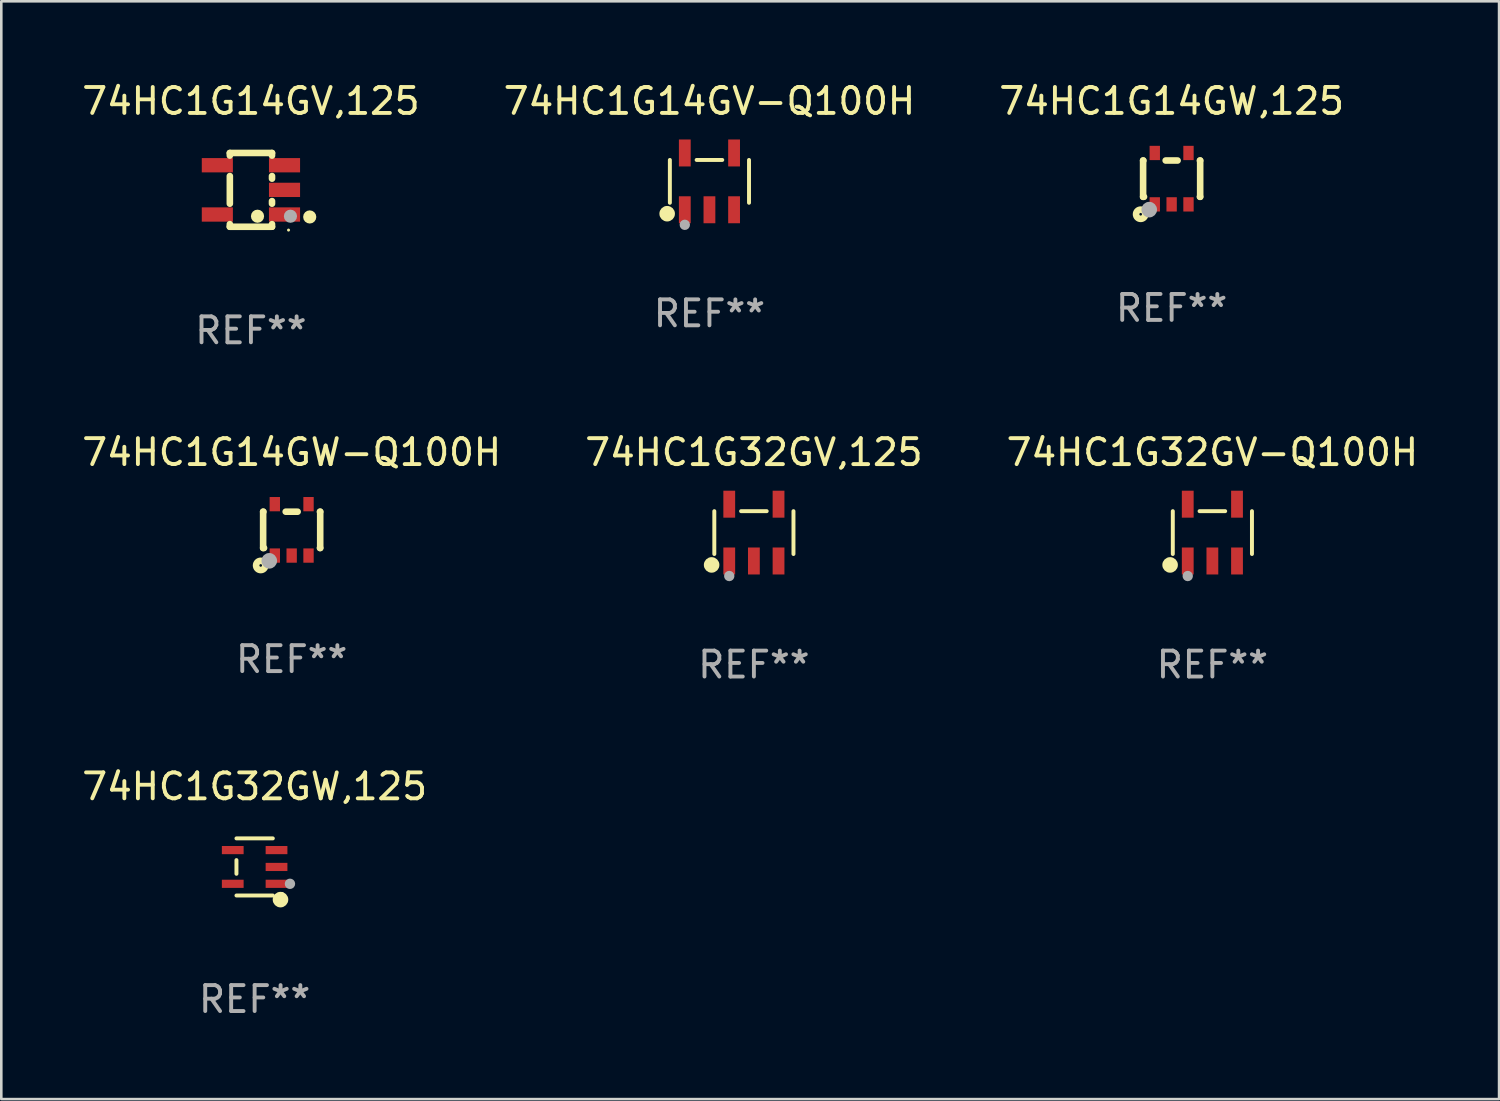
<source format=kicad_pcb>
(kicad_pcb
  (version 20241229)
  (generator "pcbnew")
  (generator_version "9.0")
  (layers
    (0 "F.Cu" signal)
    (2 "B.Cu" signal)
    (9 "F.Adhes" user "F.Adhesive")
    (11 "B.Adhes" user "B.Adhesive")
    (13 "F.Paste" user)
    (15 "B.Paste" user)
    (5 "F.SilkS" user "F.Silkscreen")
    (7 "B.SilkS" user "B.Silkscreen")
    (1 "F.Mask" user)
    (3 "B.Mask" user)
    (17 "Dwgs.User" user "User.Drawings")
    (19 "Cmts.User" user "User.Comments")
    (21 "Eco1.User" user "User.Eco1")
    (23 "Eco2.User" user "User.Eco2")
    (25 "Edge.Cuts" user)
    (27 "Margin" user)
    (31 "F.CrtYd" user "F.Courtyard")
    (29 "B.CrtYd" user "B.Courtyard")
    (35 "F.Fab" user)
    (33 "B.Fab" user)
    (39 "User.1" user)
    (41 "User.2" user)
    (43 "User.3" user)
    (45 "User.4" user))
  (footprint "74HC1G14GW-Q100H"
    (layer "F.Cu")
    (at 8.196 17.38)
    (property "Reference" "74HC1G14GW-Q100H" (at 0 -2.991 0) (layer "F.SilkS") (effects (font (size 1 1) (thickness 0.15))))
    (attr through_hole)
    (fp_line (start -1.1 -0.7) (end -1.1 0.7) (stroke (width 0.254) (type solid)) (layer "F.SilkS"))
    (fp_line (start -1.1 -0.7) (end -1.09 -0.7) (stroke (width 0.254) (type solid)) (layer "F.SilkS"))
    (fp_line (start -1.1 0.7) (end -1.065 0.7) (stroke (width 0.254) (type solid)) (layer "F.SilkS"))
    (fp_line (start -0.23 -0.7) (end 0.23 -0.7) (stroke (width 0.254) (type solid)) (layer "F.SilkS"))
    (fp_line (start 1.09 -0.7) (end 1.1 -0.7) (stroke (width 0.254) (type solid)) (layer "F.SilkS"))
    (fp_line (start 1.09 0.7) (end 1.1 0.7) (stroke (width 0.254) (type solid)) (layer "F.SilkS"))
    (fp_line (start 1.1 -0.7) (end 1.1 0.7) (stroke (width 0.254) (type solid)) (layer "F.SilkS"))
    (fp_circle (center -1.194 1.372) (end -1.143 1.372) (stroke (width 0.254) (type solid)) (fill no) (layer "F.SilkS"))
    (fp_circle (center -1.05 1.063) (end -1.02 1.063) (stroke (width 0.06) (type solid)) (fill no) (layer "F.SilkS"))
    (fp_circle (center -0.864 1.194) (end -0.713 1.194) (stroke (width 0.3) (type solid)) (fill no) (layer "F.Fab"))
    (fp_text user "REF**" (at 0 4.991 0) (layer "F.Fab") (effects (font (size 1 1) (thickness 0.15))))
    (pad "1" smd rect (at -0.65 0.991 180) (size 0.399 0.551) (layers "F.Cu" "F.Mask" "F.Paste"))
    (pad "2" smd rect (at 0 0.991 180) (size 0.399 0.551) (layers "F.Cu" "F.Mask" "F.Paste"))
    (pad "3" smd rect (at 0.65 0.991 180) (size 0.399 0.551) (layers "F.Cu" "F.Mask" "F.Paste"))
    (pad "4" smd rect (at 0.65 -0.991 180) (size 0.399 0.551) (layers "F.Cu" "F.Mask" "F.Paste"))
    (pad "5" smd rect (at -0.65 -0.991 180) (size 0.399 0.551) (layers "F.Cu" "F.Mask" "F.Paste")))
  (footprint "74HC1G14GW,125"
    (layer "F.Cu")
    (at 42.125 3.839)
    (property "Reference" "74HC1G14GW,125" (at 0 -2.991 0) (layer "F.SilkS") (effects (font (size 1 1) (thickness 0.15))))
    (attr through_hole)
    (fp_line (start -1.1 -0.7) (end -1.1 0.7) (stroke (width 0.254) (type solid)) (layer "F.SilkS"))
    (fp_line (start -1.1 -0.7) (end -1.09 -0.7) (stroke (width 0.254) (type solid)) (layer "F.SilkS"))
    (fp_line (start -1.1 0.7) (end -1.065 0.7) (stroke (width 0.254) (type solid)) (layer "F.SilkS"))
    (fp_line (start -0.23 -0.7) (end 0.23 -0.7) (stroke (width 0.254) (type solid)) (layer "F.SilkS"))
    (fp_line (start 1.09 -0.7) (end 1.1 -0.7) (stroke (width 0.254) (type solid)) (layer "F.SilkS"))
    (fp_line (start 1.09 0.7) (end 1.1 0.7) (stroke (width 0.254) (type solid)) (layer "F.SilkS"))
    (fp_line (start 1.1 -0.7) (end 1.1 0.7) (stroke (width 0.254) (type solid)) (layer "F.SilkS"))
    (fp_circle (center -1.194 1.372) (end -1.143 1.372) (stroke (width 0.254) (type solid)) (fill no) (layer "F.SilkS"))
    (fp_circle (center -1.05 1.063) (end -1.02 1.063) (stroke (width 0.06) (type solid)) (fill no) (layer "F.SilkS"))
    (fp_circle (center -0.864 1.194) (end -0.713 1.194) (stroke (width 0.3) (type solid)) (fill no) (layer "F.Fab"))
    (fp_text user "REF**" (at 0 4.991 0) (layer "F.Fab") (effects (font (size 1 1) (thickness 0.15))))
    (pad "1" smd rect (at -0.65 0.991 180) (size 0.399 0.551) (layers "F.Cu" "F.Mask" "F.Paste"))
    (pad "2" smd rect (at 0 0.991 180) (size 0.399 0.551) (layers "F.Cu" "F.Mask" "F.Paste"))
    (pad "3" smd rect (at 0.65 0.991 180) (size 0.399 0.551) (layers "F.Cu" "F.Mask" "F.Paste"))
    (pad "4" smd rect (at 0.65 -0.991 180) (size 0.399 0.551) (layers "F.Cu" "F.Mask" "F.Paste"))
    (pad "5" smd rect (at -0.65 -0.991 180) (size 0.399 0.551) (layers "F.Cu" "F.Mask" "F.Paste")))
  (footprint "74HC1G32GW,125"
    (layer "F.Cu")
    (at 6.768 30.377)
    (property "Reference" "74HC1G32GW,125" (at 0 -3.101 0) (layer "F.SilkS") (effects (font (size 1 1) (thickness 0.15))))
    (attr through_hole)
    (fp_line (start -0.701 -0.264) (end -0.701 0.264) (stroke (width 0.152) (type solid)) (layer "F.SilkS"))
    (fp_line (start 0.701 -1.101) (end -0.701 -1.101) (stroke (width 0.152) (type solid)) (layer "F.SilkS"))
    (fp_line (start 0.701 1.101) (end -0.701 1.101) (stroke (width 0.152) (type solid)) (layer "F.SilkS"))
    (fp_circle (center 0.997 1.26) (end 1.147 1.26) (stroke (width 0.3) (type solid)) (fill no) (layer "F.SilkS"))
    (fp_circle (center 1.063 1.025) (end 1.093 1.025) (stroke (width 0.06) (type solid)) (fill no) (layer "F.SilkS"))
    (fp_circle (center 1.362 0.65) (end 1.463 0.65) (stroke (width 0.2) (type solid)) (fill no) (layer "F.Fab"))
    (fp_text user "REF**" (at 0 5.101 0) (layer "F.Fab") (effects (font (size 1 1) (thickness 0.15))))
    (pad "1" smd rect (at 0.844 0.65) (size 0.839 0.315) (layers "F.Cu" "F.Mask" "F.Paste"))
    (pad "2" smd rect (at 0.844 0) (size 0.839 0.315) (layers "F.Cu" "F.Mask" "F.Paste"))
    (pad "3" smd rect (at 0.844 -0.65) (size 0.839 0.315) (layers "F.Cu" "F.Mask" "F.Paste"))
    (pad "4" smd rect (at -0.844 -0.65) (size 0.839 0.315) (layers "F.Cu" "F.Mask" "F.Paste"))
    (pad "5" smd rect (at -0.844 0.65) (size 0.839 0.315) (layers "F.Cu" "F.Mask" "F.Paste")))
  (footprint "74HC1G14GV,125"
    (layer "F.Cu")
    (at 6.625 4.271)
    (property "Reference" "74HC1G14GV,125" (at 0 -3.422 0) (layer "F.SilkS") (effects (font (size 1 1) (thickness 0.15))))
    (attr through_hole)
    (fp_line (start -0.813 -1.422) (end 0.813 -1.422) (stroke (width 0.254) (type solid)) (layer "F.SilkS"))
    (fp_line (start -0.813 -1.321) (end -0.813 -1.422) (stroke (width 0.254) (type solid)) (layer "F.SilkS"))
    (fp_line (start -0.813 0.533) (end -0.813 -0.533) (stroke (width 0.254) (type solid)) (layer "F.SilkS"))
    (fp_line (start -0.813 1.422) (end -0.813 1.321) (stroke (width 0.254) (type solid)) (layer "F.SilkS"))
    (fp_line (start 0.813 -1.422) (end 0.813 -1.321) (stroke (width 0.254) (type solid)) (layer "F.SilkS"))
    (fp_line (start 0.813 -0.533) (end 0.813 -0.432) (stroke (width 0.254) (type solid)) (layer "F.SilkS"))
    (fp_line (start 0.813 0.432) (end 0.813 0.533) (stroke (width 0.254) (type solid)) (layer "F.SilkS"))
    (fp_line (start 0.813 1.321) (end 0.813 1.422) (stroke (width 0.254) (type solid)) (layer "F.SilkS"))
    (fp_line (start 0.813 1.422) (end -0.813 1.422) (stroke (width 0.254) (type solid)) (layer "F.SilkS"))
    (fp_circle (center 0.254 1.016) (end 0.381 1.016) (stroke (width 0.254) (type solid)) (fill no) (layer "F.SilkS"))
    (fp_circle (center 1.45 1.55) (end 1.48 1.55) (stroke (width 0.06) (type solid)) (fill no) (layer "F.SilkS"))
    (fp_circle (center 2.267 1.044) (end 2.394 1.044) (stroke (width 0.254) (type solid)) (fill no) (layer "F.SilkS"))
    (fp_circle (center 1.524 1.016) (end 1.651 1.016) (stroke (width 0.254) (type solid)) (fill no) (layer "F.Fab"))
    (fp_text user "REF**" (at 0 5.422 0) (layer "F.Fab") (effects (font (size 1 1) (thickness 0.15))))
    (pad "1" smd rect (at 1.295 0.95 90) (size 0.551 1.199) (layers "F.Cu" "F.Mask" "F.Paste"))
    (pad "2" smd rect (at 1.295 0 90) (size 0.551 1.199) (layers "F.Cu" "F.Mask" "F.Paste"))
    (pad "3" smd rect (at 1.295 -0.95 90) (size 0.551 1.199) (layers "F.Cu" "F.Mask" "F.Paste"))
    (pad "4" smd rect (at -1.295 -0.95 90) (size 0.551 1.199) (layers "F.Cu" "F.Mask" "F.Paste"))
    (pad "5" smd rect (at -1.295 0.95 90) (size 0.551 1.199) (layers "F.Cu" "F.Mask" "F.Paste")))
  (footprint "74HC1G14GV-Q100H"
    (layer "F.Cu")
    (at 24.304 3.943)
    (property "Reference" "74HC1G14GV-Q100H" (at 0 -3.095 0) (layer "F.SilkS") (effects (font (size 1 1) (thickness 0.15))))
    (attr through_hole)
    (fp_line (start -1.526 0.826) (end -1.526 -0.826) (stroke (width 0.152) (type solid)) (layer "F.SilkS"))
    (fp_line (start 0.494 -0.826) (end -0.494 -0.826) (stroke (width 0.152) (type solid)) (layer "F.SilkS"))
    (fp_line (start 1.526 0.826) (end 1.526 -0.826) (stroke (width 0.152) (type solid)) (layer "F.SilkS"))
    (fp_circle (center -1.63 1.247) (end -1.48 1.247) (stroke (width 0.3) (type solid)) (fill no) (layer "F.SilkS"))
    (fp_circle (center -1.45 1.375) (end -1.42 1.375) (stroke (width 0.06) (type solid)) (fill no) (layer "F.SilkS"))
    (fp_circle (center -0.95 1.675) (end -0.85 1.675) (stroke (width 0.2) (type solid)) (fill no) (layer "F.Fab"))
    (fp_text user "REF**" (at 0 5.095 0) (layer "F.Fab") (effects (font (size 1 1) (thickness 0.15))))
    (pad "1" smd rect (at -0.95 1.095) (size 0.455 1.04) (layers "F.Cu" "F.Mask" "F.Paste"))
    (pad "2" smd rect (at 0 1.095) (size 0.455 1.04) (layers "F.Cu" "F.Mask" "F.Paste"))
    (pad "3" smd rect (at 0.95 1.095) (size 0.455 1.04) (layers "F.Cu" "F.Mask" "F.Paste"))
    (pad "4" smd rect (at 0.95 -1.095) (size 0.455 1.04) (layers "F.Cu" "F.Mask" "F.Paste"))
    (pad "5" smd rect (at -0.95 -1.095) (size 0.455 1.04) (layers "F.Cu" "F.Mask" "F.Paste")))
  (footprint "74HC1G32GV,125"
    (layer "F.Cu")
    (at 26.018 17.485)
    (property "Reference" "74HC1G32GV,125" (at 0 -3.095 0) (layer "F.SilkS") (effects (font (size 1 1) (thickness 0.15))))
    (attr through_hole)
    (fp_line (start -1.526 0.826) (end -1.526 -0.826) (stroke (width 0.152) (type solid)) (layer "F.SilkS"))
    (fp_line (start 0.494 -0.826) (end -0.494 -0.826) (stroke (width 0.152) (type solid)) (layer "F.SilkS"))
    (fp_line (start 1.526 0.826) (end 1.526 -0.826) (stroke (width 0.152) (type solid)) (layer "F.SilkS"))
    (fp_circle (center -1.63 1.247) (end -1.48 1.247) (stroke (width 0.3) (type solid)) (fill no) (layer "F.SilkS"))
    (fp_circle (center -1.45 1.375) (end -1.42 1.375) (stroke (width 0.06) (type solid)) (fill no) (layer "F.SilkS"))
    (fp_circle (center -0.95 1.675) (end -0.85 1.675) (stroke (width 0.2) (type solid)) (fill no) (layer "F.Fab"))
    (fp_text user "REF**" (at 0 5.095 0) (layer "F.Fab") (effects (font (size 1 1) (thickness 0.15))))
    (pad "1" smd rect (at -0.95 1.095) (size 0.455 1.04) (layers "F.Cu" "F.Mask" "F.Paste"))
    (pad "2" smd rect (at 0 1.095) (size 0.455 1.04) (layers "F.Cu" "F.Mask" "F.Paste"))
    (pad "3" smd rect (at 0.95 1.095) (size 0.455 1.04) (layers "F.Cu" "F.Mask" "F.Paste"))
    (pad "4" smd rect (at 0.95 -1.095) (size 0.455 1.04) (layers "F.Cu" "F.Mask" "F.Paste"))
    (pad "5" smd rect (at -0.95 -1.095) (size 0.455 1.04) (layers "F.Cu" "F.Mask" "F.Paste")))
  (footprint "74HC1G32GV-Q100H"
    (layer "F.Cu")
    (at 43.696 17.485)
    (property "Reference" "74HC1G32GV-Q100H" (at 0 -3.095 0) (layer "F.SilkS") (effects (font (size 1 1) (thickness 0.15))))
    (attr through_hole)
    (fp_line (start -1.526 0.826) (end -1.526 -0.826) (stroke (width 0.152) (type solid)) (layer "F.SilkS"))
    (fp_line (start 0.494 -0.826) (end -0.494 -0.826) (stroke (width 0.152) (type solid)) (layer "F.SilkS"))
    (fp_line (start 1.526 0.826) (end 1.526 -0.826) (stroke (width 0.152) (type solid)) (layer "F.SilkS"))
    (fp_circle (center -1.63 1.247) (end -1.48 1.247) (stroke (width 0.3) (type solid)) (fill no) (layer "F.SilkS"))
    (fp_circle (center -1.45 1.375) (end -1.42 1.375) (stroke (width 0.06) (type solid)) (fill no) (layer "F.SilkS"))
    (fp_circle (center -0.95 1.675) (end -0.85 1.675) (stroke (width 0.2) (type solid)) (fill no) (layer "F.Fab"))
    (fp_text user "REF**" (at 0 5.095 0) (layer "F.Fab") (effects (font (size 1 1) (thickness 0.15))))
    (pad "1" smd rect (at -0.95 1.095) (size 0.455 1.04) (layers "F.Cu" "F.Mask" "F.Paste"))
    (pad "2" smd rect (at 0 1.095) (size 0.455 1.04) (layers "F.Cu" "F.Mask" "F.Paste"))
    (pad "3" smd rect (at 0.95 1.095) (size 0.455 1.04) (layers "F.Cu" "F.Mask" "F.Paste"))
    (pad "4" smd rect (at 0.95 -1.095) (size 0.455 1.04) (layers "F.Cu" "F.Mask" "F.Paste"))
    (pad "5" smd rect (at -0.95 -1.095) (size 0.455 1.04) (layers "F.Cu" "F.Mask" "F.Paste")))
  (gr_rect
    (start -3 -3)
    (end 54.75 39.327)
    (stroke (width 0.1) (type default))
    (fill no)
    (layer "Edge.Cuts")))
</source>
